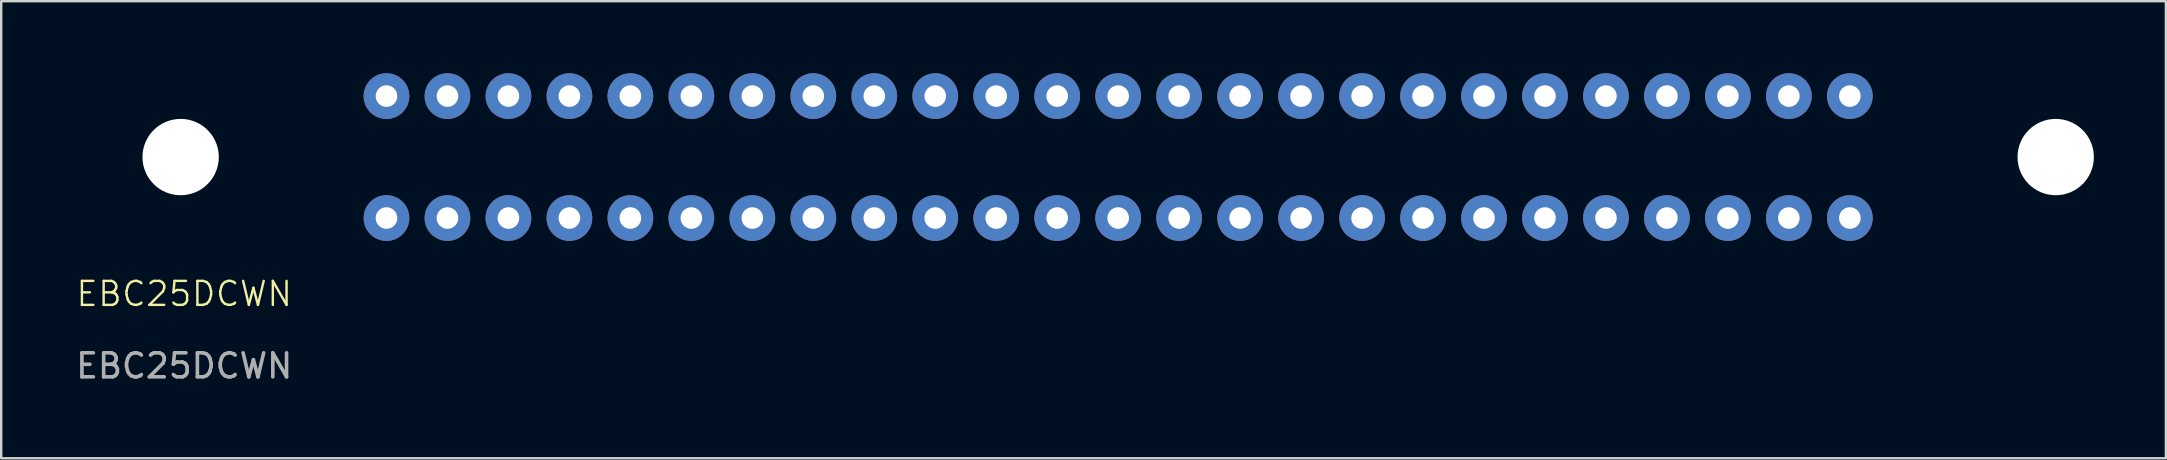
<source format=kicad_pcb>
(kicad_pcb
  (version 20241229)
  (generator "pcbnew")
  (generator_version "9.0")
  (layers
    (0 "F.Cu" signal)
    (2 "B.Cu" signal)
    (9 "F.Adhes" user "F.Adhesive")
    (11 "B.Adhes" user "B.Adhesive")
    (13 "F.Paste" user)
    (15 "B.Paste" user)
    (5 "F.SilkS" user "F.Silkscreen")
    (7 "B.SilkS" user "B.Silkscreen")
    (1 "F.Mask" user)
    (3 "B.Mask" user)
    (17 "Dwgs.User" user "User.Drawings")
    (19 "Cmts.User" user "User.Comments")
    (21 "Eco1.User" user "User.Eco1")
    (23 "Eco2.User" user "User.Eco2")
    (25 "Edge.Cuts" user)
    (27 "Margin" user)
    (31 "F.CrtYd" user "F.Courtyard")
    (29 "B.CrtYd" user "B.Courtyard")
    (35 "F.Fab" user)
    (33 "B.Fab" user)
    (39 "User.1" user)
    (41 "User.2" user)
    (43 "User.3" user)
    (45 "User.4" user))
  (footprint "EBC25DCWN"
    (layer "F.Cu")
    (at 4.475 3.493)
    (property "Reference" "EBC25DCWN" (at 0.15 5.7 0) (unlocked yes) (layer "F.SilkS") (effects (font (size 1 1) (thickness 0.1))))
    (attr smd)
    (fp_text user "${REFERENCE}" (at 0.15 8.7 0) (unlocked yes) (layer "F.Fab") (effects (font (size 1 1) (thickness 0.15))))
    (pad "" np_thru_hole circle (at 0 0) (size 3.18 3.18) (drill 3.18) (layers "*.Cu" "*.Mask"))
    (pad "" np_thru_hole circle (at 78.11 0) (size 3.18 3.18) (drill 3.18) (layers "*.Cu" "*.Mask"))
    (pad "1" thru_hole circle (at 8.575 2.54) (size 1.905 1.905) (drill 0.9) (layers "*.Cu" "*.Mask"))
    (pad "2" thru_hole circle (at 11.115 2.54) (size 1.905 1.905) (drill 0.9) (layers "*.Cu" "*.Mask"))
    (pad "3" thru_hole circle (at 13.655 2.54) (size 1.905 1.905) (drill 0.9) (layers "*.Cu" "*.Mask"))
    (pad "4" thru_hole circle (at 16.195 2.54) (size 1.905 1.905) (drill 0.9) (layers "*.Cu" "*.Mask"))
    (pad "5" thru_hole circle (at 18.735 2.54) (size 1.905 1.905) (drill 0.9) (layers "*.Cu" "*.Mask"))
    (pad "6" thru_hole circle (at 21.275 2.54) (size 1.905 1.905) (drill 0.9) (layers "*.Cu" "*.Mask"))
    (pad "7" thru_hole circle (at 23.815 2.54) (size 1.905 1.905) (drill 0.9) (layers "*.Cu" "*.Mask"))
    (pad "8" thru_hole circle (at 26.355 2.54) (size 1.905 1.905) (drill 0.9) (layers "*.Cu" "*.Mask"))
    (pad "9" thru_hole circle (at 28.895 2.54) (size 1.905 1.905) (drill 0.9) (layers "*.Cu" "*.Mask"))
    (pad "10" thru_hole circle (at 31.435 2.54) (size 1.905 1.905) (drill 0.9) (layers "*.Cu" "*.Mask"))
    (pad "11" thru_hole circle (at 33.975 2.54) (size 1.905 1.905) (drill 0.9) (layers "*.Cu" "*.Mask"))
    (pad "12" thru_hole circle (at 36.515 2.54) (size 1.905 1.905) (drill 0.9) (layers "*.Cu" "*.Mask"))
    (pad "13" thru_hole circle (at 39.055 2.54) (size 1.905 1.905) (drill 0.9) (layers "*.Cu" "*.Mask"))
    (pad "14" thru_hole circle (at 41.595 2.54) (size 1.905 1.905) (drill 0.9) (layers "*.Cu" "*.Mask"))
    (pad "15" thru_hole circle (at 44.135 2.54) (size 1.905 1.905) (drill 0.9) (layers "*.Cu" "*.Mask"))
    (pad "16" thru_hole circle (at 46.675 2.54) (size 1.905 1.905) (drill 0.9) (layers "*.Cu" "*.Mask"))
    (pad "17" thru_hole circle (at 49.215 2.54) (size 1.905 1.905) (drill 0.9) (layers "*.Cu" "*.Mask"))
    (pad "18" thru_hole circle (at 51.755 2.54) (size 1.905 1.905) (drill 0.9) (layers "*.Cu" "*.Mask"))
    (pad "19" thru_hole circle (at 54.295 2.54) (size 1.905 1.905) (drill 0.9) (layers "*.Cu" "*.Mask"))
    (pad "20" thru_hole circle (at 56.835 2.54) (size 1.905 1.905) (drill 0.9) (layers "*.Cu" "*.Mask"))
    (pad "21" thru_hole circle (at 59.375 2.54) (size 1.905 1.905) (drill 0.9) (layers "*.Cu" "*.Mask"))
    (pad "22" thru_hole circle (at 61.915 2.54) (size 1.905 1.905) (drill 0.9) (layers "*.Cu" "*.Mask"))
    (pad "23" thru_hole circle (at 64.455 2.54) (size 1.905 1.905) (drill 0.9) (layers "*.Cu" "*.Mask"))
    (pad "24" thru_hole circle (at 66.995 2.54) (size 1.905 1.905) (drill 0.9) (layers "*.Cu" "*.Mask"))
    (pad "25" thru_hole circle (at 69.535 2.54) (size 1.905 1.905) (drill 0.9) (layers "*.Cu" "*.Mask"))
    (pad "26" thru_hole circle (at 69.535 -2.54) (size 1.905 1.905) (drill 0.9) (layers "*.Cu" "*.Mask"))
    (pad "27" thru_hole circle (at 66.995 -2.54) (size 1.905 1.905) (drill 0.9) (layers "*.Cu" "*.Mask"))
    (pad "28" thru_hole circle (at 64.455 -2.54) (size 1.905 1.905) (drill 0.9) (layers "*.Cu" "*.Mask"))
    (pad "29" thru_hole circle (at 61.915 -2.54) (size 1.905 1.905) (drill 0.9) (layers "*.Cu" "*.Mask"))
    (pad "30" thru_hole circle (at 59.375 -2.54) (size 1.905 1.905) (drill 0.9) (layers "*.Cu" "*.Mask"))
    (pad "31" thru_hole circle (at 56.835 -2.54) (size 1.905 1.905) (drill 0.9) (layers "*.Cu" "*.Mask"))
    (pad "32" thru_hole circle (at 54.295 -2.54) (size 1.905 1.905) (drill 0.9) (layers "*.Cu" "*.Mask"))
    (pad "33" thru_hole circle (at 51.755 -2.54) (size 1.905 1.905) (drill 0.9) (layers "*.Cu" "*.Mask"))
    (pad "34" thru_hole circle (at 49.215 -2.54) (size 1.905 1.905) (drill 0.9) (layers "*.Cu" "*.Mask"))
    (pad "35" thru_hole circle (at 46.675 -2.54) (size 1.905 1.905) (drill 0.9) (layers "*.Cu" "*.Mask"))
    (pad "36" thru_hole circle (at 44.135 -2.54) (size 1.905 1.905) (drill 0.9) (layers "*.Cu" "*.Mask"))
    (pad "37" thru_hole circle (at 41.595 -2.54) (size 1.905 1.905) (drill 0.9) (layers "*.Cu" "*.Mask"))
    (pad "38" thru_hole circle (at 39.055 -2.54) (size 1.905 1.905) (drill 0.9) (layers "*.Cu" "*.Mask"))
    (pad "39" thru_hole circle (at 36.515 -2.54) (size 1.905 1.905) (drill 0.9) (layers "*.Cu" "*.Mask"))
    (pad "40" thru_hole circle (at 33.975 -2.54) (size 1.905 1.905) (drill 0.9) (layers "*.Cu" "*.Mask"))
    (pad "41" thru_hole circle (at 31.435 -2.54) (size 1.905 1.905) (drill 0.9) (layers "*.Cu" "*.Mask"))
    (pad "42" thru_hole circle (at 28.895 -2.54) (size 1.905 1.905) (drill 0.9) (layers "*.Cu" "*.Mask"))
    (pad "43" thru_hole circle (at 26.355 -2.54) (size 1.905 1.905) (drill 0.9) (layers "*.Cu" "*.Mask"))
    (pad "44" thru_hole circle (at 23.815 -2.54) (size 1.905 1.905) (drill 0.9) (layers "*.Cu" "*.Mask"))
    (pad "45" thru_hole circle (at 21.275 -2.54) (size 1.905 1.905) (drill 0.9) (layers "*.Cu" "*.Mask"))
    (pad "46" thru_hole circle (at 18.735 -2.54) (size 1.905 1.905) (drill 0.9) (layers "*.Cu" "*.Mask"))
    (pad "47" thru_hole circle (at 16.195 -2.54) (size 1.905 1.905) (drill 0.9) (layers "*.Cu" "*.Mask"))
    (pad "48" thru_hole circle (at 13.655 -2.54) (size 1.905 1.905) (drill 0.9) (layers "*.Cu" "*.Mask"))
    (pad "49" thru_hole circle (at 11.115 -2.54) (size 1.905 1.905) (drill 0.9) (layers "*.Cu" "*.Mask"))
    (pad "50" thru_hole circle (at 8.575 -2.54) (size 1.905 1.905) (drill 0.9) (layers "*.Cu" "*.Mask")))
  (gr_rect
    (start -3 -3)
    (end 87.175 16.041)
    (stroke (width 0.1) (type default))
    (fill no)
    (layer "Edge.Cuts")))
</source>
